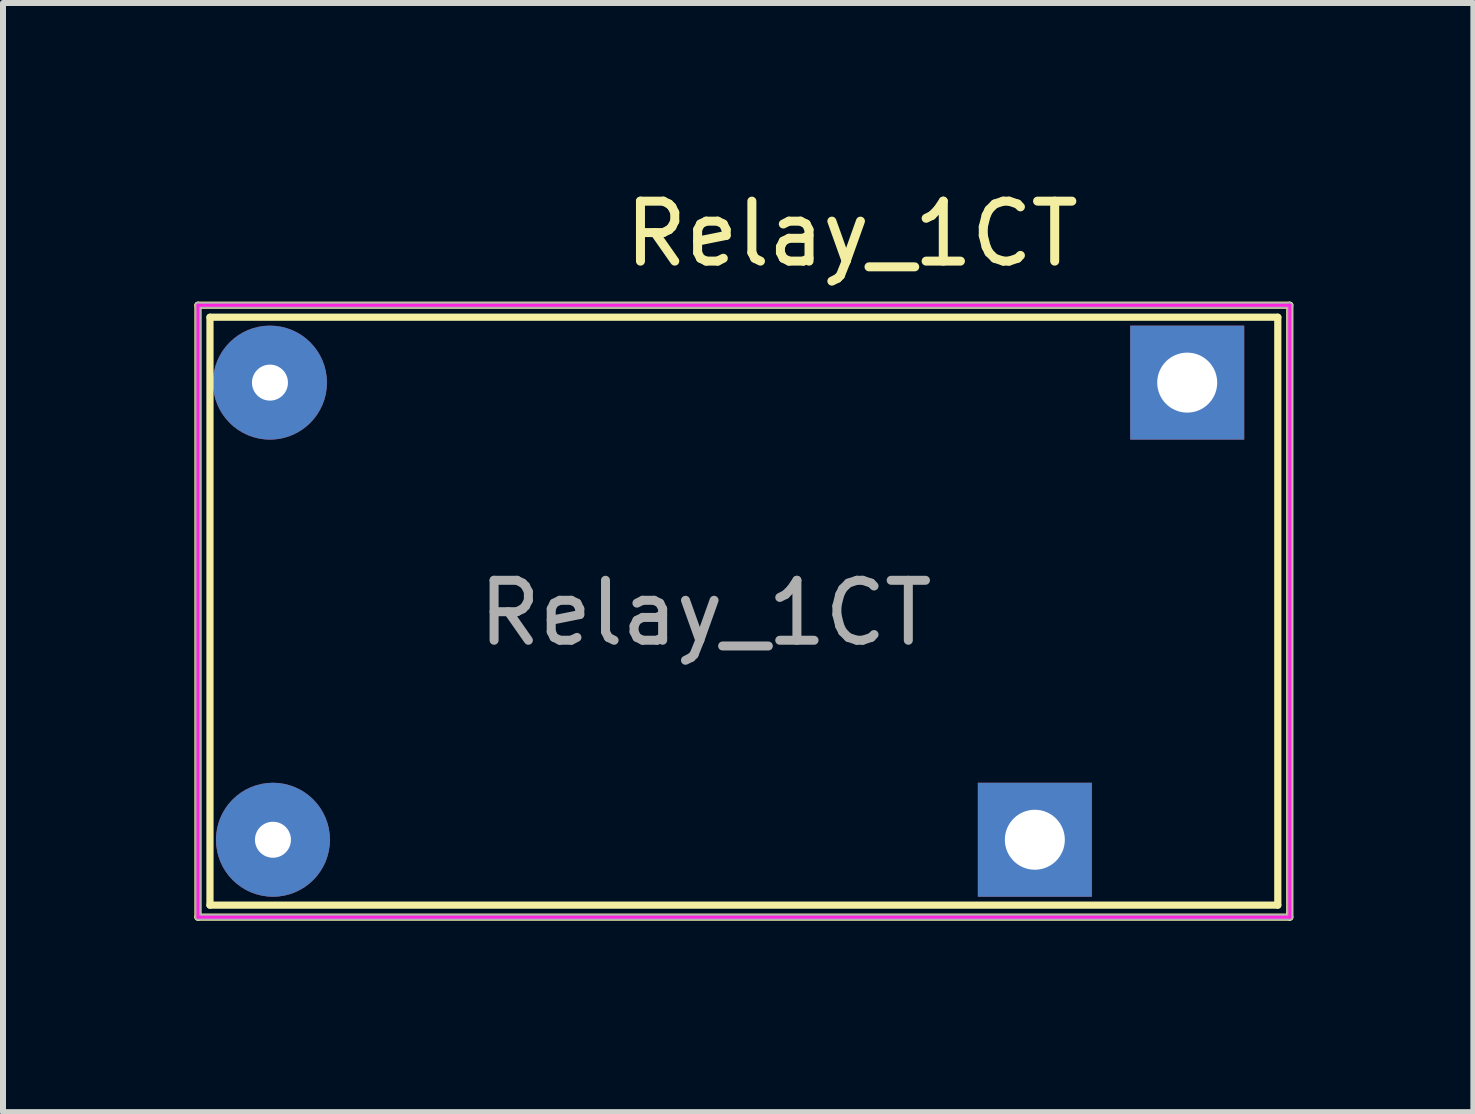
<source format=kicad_pcb>
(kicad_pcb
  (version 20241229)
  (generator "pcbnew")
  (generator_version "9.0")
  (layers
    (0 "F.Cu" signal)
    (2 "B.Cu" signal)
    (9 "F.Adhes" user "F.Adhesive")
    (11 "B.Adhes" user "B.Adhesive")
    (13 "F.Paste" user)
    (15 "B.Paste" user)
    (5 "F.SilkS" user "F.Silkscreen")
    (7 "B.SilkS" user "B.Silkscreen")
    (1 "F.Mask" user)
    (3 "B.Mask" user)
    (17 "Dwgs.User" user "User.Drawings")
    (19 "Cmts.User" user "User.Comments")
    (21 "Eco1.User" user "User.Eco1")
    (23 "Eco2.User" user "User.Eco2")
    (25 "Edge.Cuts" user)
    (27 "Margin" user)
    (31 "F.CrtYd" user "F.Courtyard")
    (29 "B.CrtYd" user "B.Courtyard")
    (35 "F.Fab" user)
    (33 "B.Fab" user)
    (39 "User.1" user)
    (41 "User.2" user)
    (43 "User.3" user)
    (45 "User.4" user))
  (footprint "Relay_1CT"
    (layer "F.Cu")
    (at 0.25 12.238)
    (property "Reference" "Relay_1CT" (at 10.9 -11.39 0) (layer "F.SilkS") (effects (font (size 1 1) (thickness 0.15))))
    (attr through_hole)
    (fp_line (start 0 -10.2) (end 18.2 -10.2) (stroke (width 0.12) (type solid)) (layer "F.SilkS"))
    (fp_line (start 0 0) (end 0 -10.2) (stroke (width 0.12) (type solid)) (layer "F.SilkS"))
    (fp_line (start 0 0) (end 18.2 0) (stroke (width 0.12) (type solid)) (layer "F.SilkS"))
    (fp_line (start 0.2 -10) (end 18 -10) (stroke (width 0.12) (type solid)) (layer "F.SilkS"))
    (fp_line (start 0.2 -0.2) (end 0.2 -10) (stroke (width 0.12) (type solid)) (layer "F.SilkS"))
    (fp_line (start 0.2 -0.2) (end 18 -0.2) (stroke (width 0.12) (type solid)) (layer "F.SilkS"))
    (fp_line (start 18 -0.2) (end 18 -10) (stroke (width 0.12) (type solid)) (layer "F.SilkS"))
    (fp_line (start 18.2 0) (end 18.2 -10.2) (stroke (width 0.12) (type solid)) (layer "F.SilkS"))
    (fp_line (start 0 0) (end 0 -10.2) (stroke (width 0.05) (type solid)) (layer "F.CrtYd"))
    (fp_line (start 0 0) (end 18.2 0) (stroke (width 0.05) (type solid)) (layer "F.CrtYd"))
    (fp_line (start 18.2 -10.2) (end 0 -10.2) (stroke (width 0.05) (type solid)) (layer "F.CrtYd"))
    (fp_line (start 18.2 0) (end 18.2 -10.2) (stroke (width 0.05) (type solid)) (layer "F.CrtYd"))
    (fp_line (start 0 -10.2) (end 18.2 -10.2) (stroke (width 0.1) (type solid)) (layer "F.Fab"))
    (fp_line (start 0 0) (end 0 -10.2) (stroke (width 0.1) (type solid)) (layer "F.Fab"))
    (fp_line (start 0 0) (end 18.2 0) (stroke (width 0.1) (type solid)) (layer "F.Fab"))
    (fp_line (start 18.2 0) (end 18.2 -10.2) (stroke (width 0.1) (type solid)) (layer "F.Fab"))
    (fp_text user "${REFERENCE}" (at 8.46 -5.07 0) (layer "F.Fab") (effects (font (size 1 1) (thickness 0.15))))
    (pad "B1" thru_hole circle (at 1.25 -1.29) (size 1.9 1.9) (drill 0.6) (layers "*.Cu" "*.Mask"))
    (pad "B2" thru_hole circle (at 1.2 -8.91) (size 1.9 1.9) (drill 0.6) (layers "*.Cu" "*.Mask"))
    (pad "C1" thru_hole rect (at 13.95 -1.29) (size 1.9 1.9) (drill 1) (layers "*.Cu" "*.Mask"))
    (pad "C2" thru_hole rect (at 16.49 -8.91) (size 1.9 1.9) (drill 1) (layers "*.Cu" "*.Mask")))
  (gr_rect
    (start -3 -3)
    (end 21.51 15.488)
    (stroke (width 0.1) (type default))
    (fill no)
    (layer "Edge.Cuts")))
</source>
